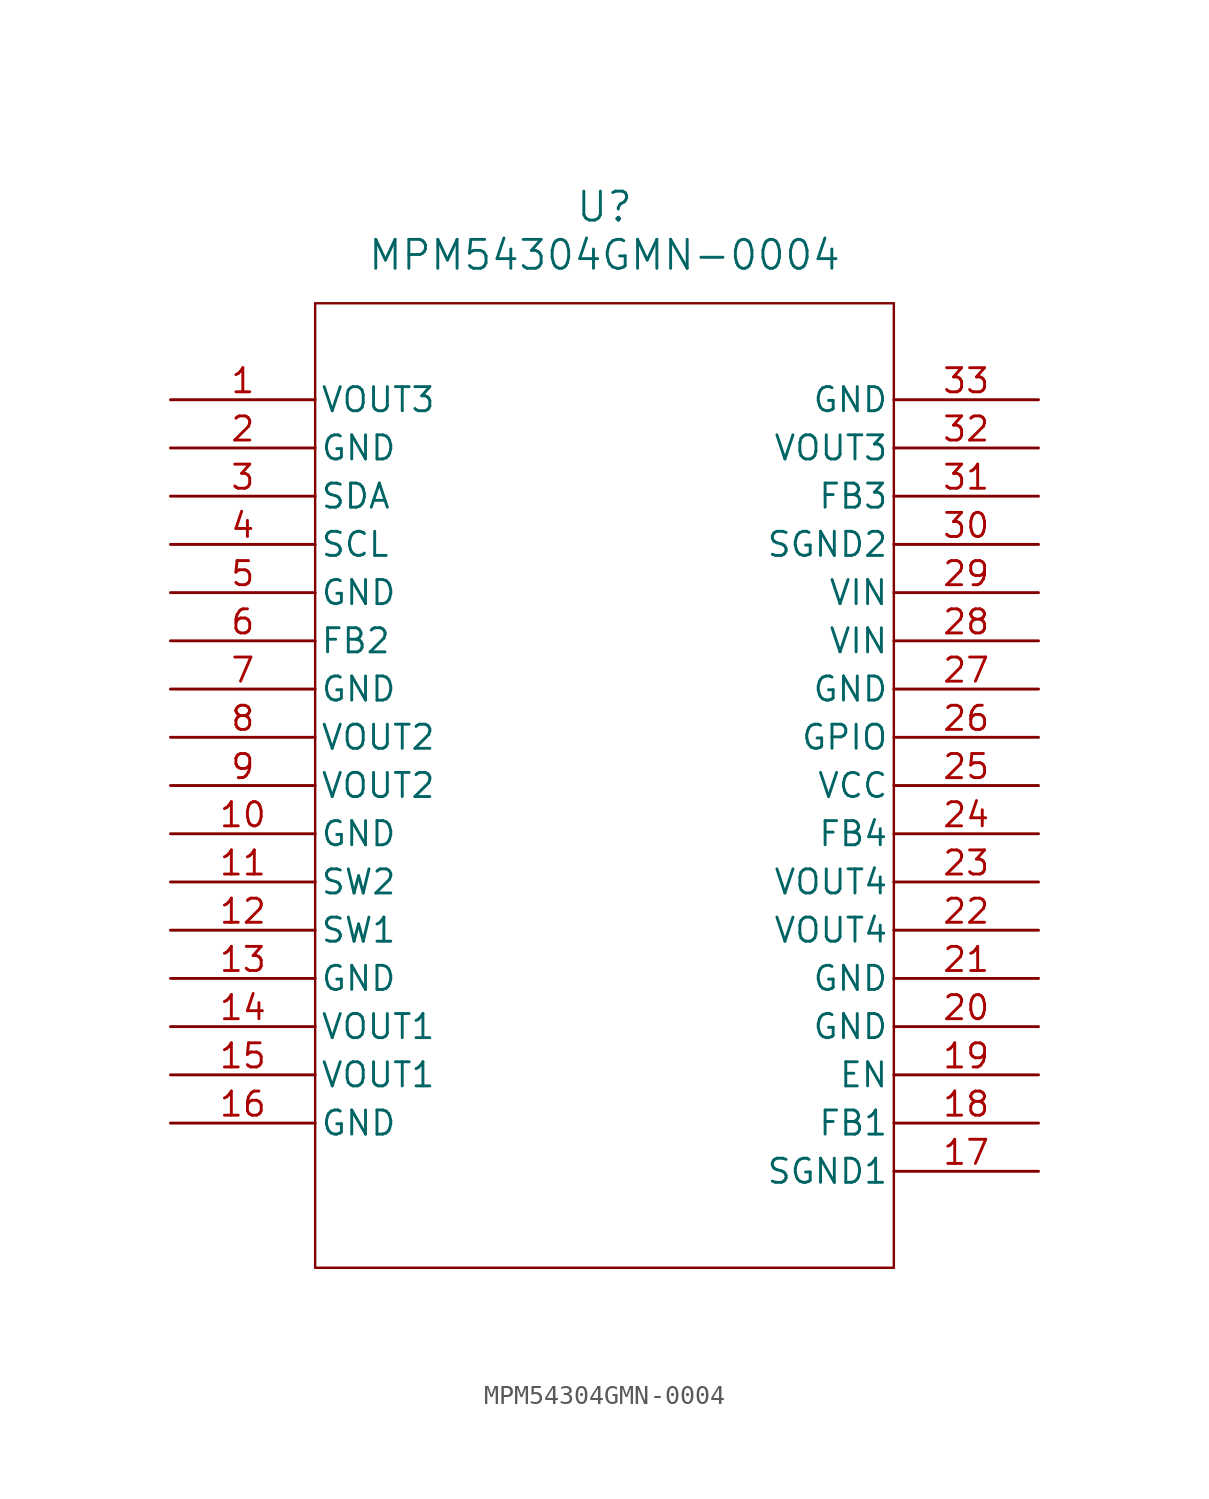
<source format=kicad_sym>
(kicad_symbol_lib
  (version 20211014)
  (generator kicad_symbol_editor)
  (symbol "MPM54304GMN-0004"
    (pin_names
      (offset 0.254))
    (property "Reference" "U"
      (at 22.86 10.16 0)
      (effects (font (size 1.524 1.524))))
    (property "Value" "MPM54304GMN-0004"
      (at 22.86 7.62 0)
      (effects (font (size 1.524 1.524))))
    (symbol "MPM54304GMN-0004_0_1"
      (polyline (pts (xy 7.62 5.08) (xy 7.62 -45.72)) (stroke (width 0.127) (type default) (color 0 0 0 0)) (fill (type none)))
      (polyline (pts (xy 7.62 -45.72) (xy 38.1 -45.72)) (stroke (width 0.127) (type default) (color 0 0 0 0)) (fill (type none)))
      (polyline (pts (xy 38.1 -45.72) (xy 38.1 5.08)) (stroke (width 0.127) (type default) (color 0 0 0 0)) (fill (type none)))
      (polyline (pts (xy 38.1 5.08) (xy 7.62 5.08)) (stroke (width 0.127) (type default) (color 0 0 0 0)) (fill (type none)))
      (pin output line (at 0 0 0) (length 7.62) (name "VOUT3" (effects (font (size 1.27 1.27)))) (number "1" (effects (font (size 1.27 1.27)))))
      (pin power_out line (at 0 -2.54 0) (length 7.62) (name "GND" (effects (font (size 1.27 1.27)))) (number "2" (effects (font (size 1.27 1.27)))))
      (pin unspecified line (at 0 -5.08 0) (length 7.62) (name "SDA" (effects (font (size 1.27 1.27)))) (number "3" (effects (font (size 1.27 1.27)))))
      (pin unspecified line (at 0 -7.62 0) (length 7.62) (name "SCL" (effects (font (size 1.27 1.27)))) (number "4" (effects (font (size 1.27 1.27)))))
      (pin power_out line (at 0 -10.16 0) (length 7.62) (name "GND" (effects (font (size 1.27 1.27)))) (number "5" (effects (font (size 1.27 1.27)))))
      (pin bidirectional line (at 0 -12.7 0) (length 7.62) (name "FB2" (effects (font (size 1.27 1.27)))) (number "6" (effects (font (size 1.27 1.27)))))
      (pin power_out line (at 0 -15.24 0) (length 7.62) (name "GND" (effects (font (size 1.27 1.27)))) (number "7" (effects (font (size 1.27 1.27)))))
      (pin output line (at 0 -17.78 0) (length 7.62) (name "VOUT2" (effects (font (size 1.27 1.27)))) (number "8" (effects (font (size 1.27 1.27)))))
      (pin output line (at 0 -20.32 0) (length 7.62) (name "VOUT2" (effects (font (size 1.27 1.27)))) (number "9" (effects (font (size 1.27 1.27)))))
      (pin power_out line (at 0 -22.86 0) (length 7.62) (name "GND" (effects (font (size 1.27 1.27)))) (number "10" (effects (font (size 1.27 1.27)))))
      (pin bidirectional line (at 0 -25.4 0) (length 7.62) (name "SW2" (effects (font (size 1.27 1.27)))) (number "11" (effects (font (size 1.27 1.27)))))
      (pin bidirectional line (at 0 -27.94 0) (length 7.62) (name "SW1" (effects (font (size 1.27 1.27)))) (number "12" (effects (font (size 1.27 1.27)))))
      (pin power_out line (at 0 -30.48 0) (length 7.62) (name "GND" (effects (font (size 1.27 1.27)))) (number "13" (effects (font (size 1.27 1.27)))))
      (pin output line (at 0 -33.02 0) (length 7.62) (name "VOUT1" (effects (font (size 1.27 1.27)))) (number "14" (effects (font (size 1.27 1.27)))))
      (pin output line (at 0 -35.56 0) (length 7.62) (name "VOUT1" (effects (font (size 1.27 1.27)))) (number "15" (effects (font (size 1.27 1.27)))))
      (pin power_out line (at 0 -38.1 0) (length 7.62) (name "GND" (effects (font (size 1.27 1.27)))) (number "16" (effects (font (size 1.27 1.27)))))
      (pin power_out line (at 45.72 -40.64 180) (length 7.62) (name "SGND1" (effects (font (size 1.27 1.27)))) (number "17" (effects (font (size 1.27 1.27)))))
      (pin bidirectional line (at 45.72 -38.1 180) (length 7.62) (name "FB1" (effects (font (size 1.27 1.27)))) (number "18" (effects (font (size 1.27 1.27)))))
      (pin unspecified line (at 45.72 -35.56 180) (length 7.62) (name "EN" (effects (font (size 1.27 1.27)))) (number "19" (effects (font (size 1.27 1.27)))))
      (pin power_out line (at 45.72 -33.02 180) (length 7.62) (name "GND" (effects (font (size 1.27 1.27)))) (number "20" (effects (font (size 1.27 1.27)))))
      (pin power_out line (at 45.72 -30.48 180) (length 7.62) (name "GND" (effects (font (size 1.27 1.27)))) (number "21" (effects (font (size 1.27 1.27)))))
      (pin output line (at 45.72 -27.94 180) (length 7.62) (name "VOUT4" (effects (font (size 1.27 1.27)))) (number "22" (effects (font (size 1.27 1.27)))))
      (pin output line (at 45.72 -25.4 180) (length 7.62) (name "VOUT4" (effects (font (size 1.27 1.27)))) (number "23" (effects (font (size 1.27 1.27)))))
      (pin bidirectional line (at 45.72 -22.86 180) (length 7.62) (name "FB4" (effects (font (size 1.27 1.27)))) (number "24" (effects (font (size 1.27 1.27)))))
      (pin power_in line (at 45.72 -20.32 180) (length 7.62) (name "VCC" (effects (font (size 1.27 1.27)))) (number "25" (effects (font (size 1.27 1.27)))))
      (pin unspecified line (at 45.72 -17.78 180) (length 7.62) (name "GPIO" (effects (font (size 1.27 1.27)))) (number "26" (effects (font (size 1.27 1.27)))))
      (pin power_out line (at 45.72 -15.24 180) (length 7.62) (name "GND" (effects (font (size 1.27 1.27)))) (number "27" (effects (font (size 1.27 1.27)))))
      (pin unspecified line (at 45.72 -12.7 180) (length 7.62) (name "VIN" (effects (font (size 1.27 1.27)))) (number "28" (effects (font (size 1.27 1.27)))))
      (pin unspecified line (at 45.72 -10.16 180) (length 7.62) (name "VIN" (effects (font (size 1.27 1.27)))) (number "29" (effects (font (size 1.27 1.27)))))
      (pin power_out line (at 45.72 -7.62 180) (length 7.62) (name "SGND2" (effects (font (size 1.27 1.27)))) (number "30" (effects (font (size 1.27 1.27)))))
      (pin bidirectional line (at 45.72 -5.08 180) (length 7.62) (name "FB3" (effects (font (size 1.27 1.27)))) (number "31" (effects (font (size 1.27 1.27)))))
      (pin output line (at 45.72 -2.54 180) (length 7.62) (name "VOUT3" (effects (font (size 1.27 1.27)))) (number "32" (effects (font (size 1.27 1.27)))))
      (pin power_out line (at 45.72 0 180) (length 7.62) (name "GND" (effects (font (size 1.27 1.27)))) (number "33" (effects (font (size 1.27 1.27))))))))
</source>
